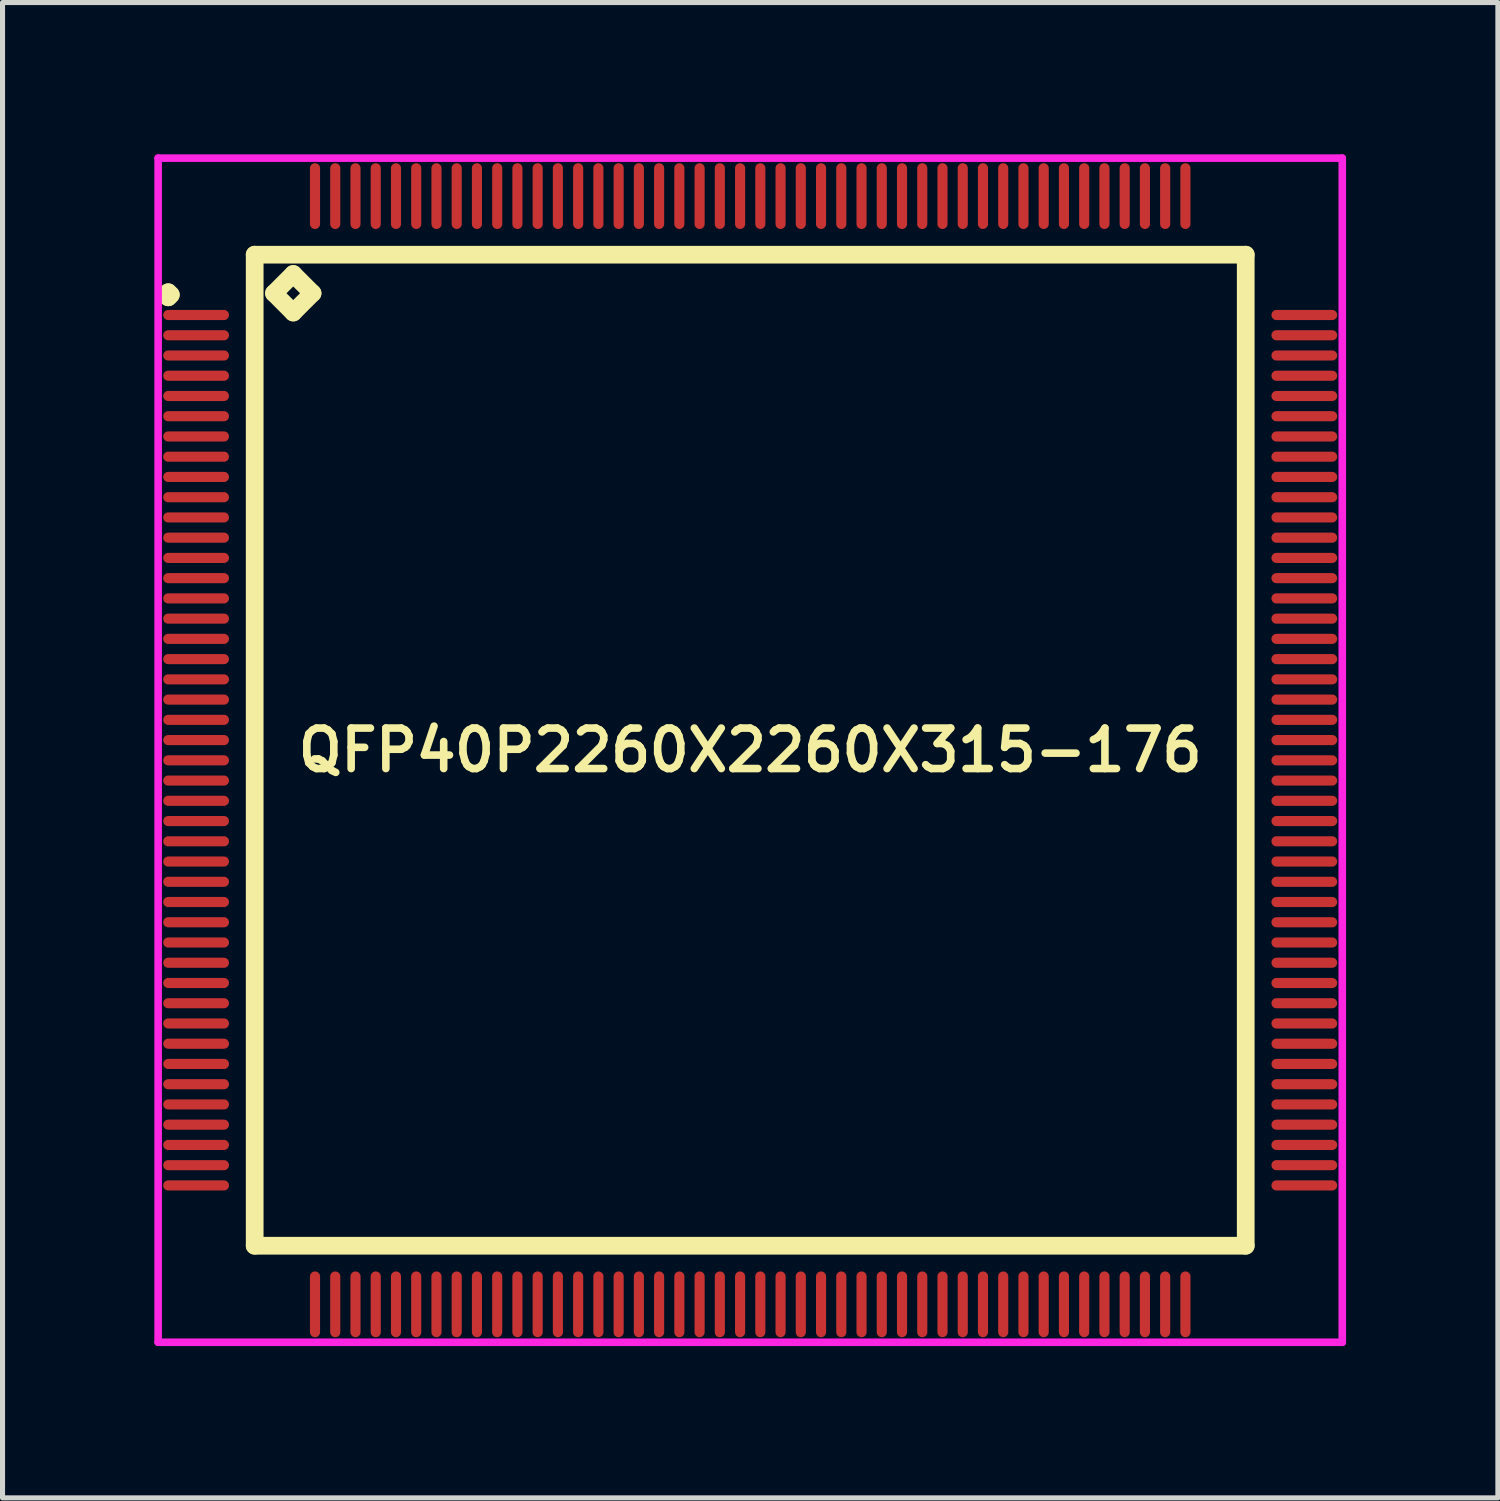
<source format=kicad_pcb>
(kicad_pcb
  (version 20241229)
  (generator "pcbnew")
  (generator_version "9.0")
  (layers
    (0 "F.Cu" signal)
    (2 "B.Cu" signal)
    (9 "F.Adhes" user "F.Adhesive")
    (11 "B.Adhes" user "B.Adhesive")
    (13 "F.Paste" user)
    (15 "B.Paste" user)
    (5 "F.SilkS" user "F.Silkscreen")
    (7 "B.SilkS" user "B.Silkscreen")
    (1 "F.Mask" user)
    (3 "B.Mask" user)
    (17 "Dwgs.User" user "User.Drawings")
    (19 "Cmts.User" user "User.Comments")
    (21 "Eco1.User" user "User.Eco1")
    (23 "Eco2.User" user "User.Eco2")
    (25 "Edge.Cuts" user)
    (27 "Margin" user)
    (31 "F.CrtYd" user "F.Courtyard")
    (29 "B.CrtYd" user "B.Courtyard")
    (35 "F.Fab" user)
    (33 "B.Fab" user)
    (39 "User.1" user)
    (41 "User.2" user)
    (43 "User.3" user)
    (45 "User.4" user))
  (footprint "QFP40P2260X2260X315-176"
    (layer "F.Cu")
    (at 11.775 11.775)
    (property "Reference" "QFP40P2260X2260X315-176" (at 0 0 0) (layer "F.SilkS") (effects (font (size 0.8 0.8) (thickness 0.15))))
    (attr smd)
    (fp_line (start -11.55 -9) (end -11.5 -9.05) (stroke (width 0.35) (type solid)) (layer "F.SilkS"))
    (fp_line (start -11.5 -9.05) (end -11.45 -9) (stroke (width 0.35) (type solid)) (layer "F.SilkS"))
    (fp_line (start -11.5 -8.95) (end -11.55 -9) (stroke (width 0.35) (type solid)) (layer "F.SilkS"))
    (fp_line (start -11.45 -9) (end -11.5 -8.95) (stroke (width 0.35) (type solid)) (layer "F.SilkS"))
    (fp_line (start -9.792 -9.792) (end -9.792 9.792) (stroke (width 0.35) (type solid)) (layer "F.SilkS"))
    (fp_line (start -9.792 9.792) (end 9.792 9.792) (stroke (width 0.35) (type solid)) (layer "F.SilkS"))
    (fp_line (start -9.411 -9.03) (end -9.03 -9.411) (stroke (width 0.35) (type solid)) (layer "F.SilkS"))
    (fp_line (start -9.03 -9.411) (end -8.649 -9.03) (stroke (width 0.35) (type solid)) (layer "F.SilkS"))
    (fp_line (start -9.03 -8.649) (end -9.411 -9.03) (stroke (width 0.35) (type solid)) (layer "F.SilkS"))
    (fp_line (start -8.649 -9.03) (end -9.03 -8.649) (stroke (width 0.35) (type solid)) (layer "F.SilkS"))
    (fp_line (start 9.792 -9.792) (end -9.792 -9.792) (stroke (width 0.35) (type solid)) (layer "F.SilkS"))
    (fp_line (start 9.792 9.792) (end 9.792 -9.792) (stroke (width 0.35) (type solid)) (layer "F.SilkS"))
    (fp_line (start -11.7 -11.7) (end 11.7 -11.7) (stroke (width 0.15) (type solid)) (layer "F.CrtYd"))
    (fp_line (start -11.7 11.7) (end -11.7 -11.7) (stroke (width 0.15) (type solid)) (layer "F.CrtYd"))
    (fp_line (start 11.7 -11.7) (end 11.7 11.7) (stroke (width 0.15) (type solid)) (layer "F.CrtYd"))
    (fp_line (start 11.7 11.7) (end -11.7 11.7) (stroke (width 0.15) (type solid)) (layer "F.CrtYd"))
    (pad "1" smd oval (at -10.95 -8.6) (size 1.3 0.2) (layers "F.Cu" "F.Mask" "F.Paste"))
    (pad "2" smd oval (at -10.95 -8.2) (size 1.3 0.2) (layers "F.Cu" "F.Mask" "F.Paste"))
    (pad "3" smd oval (at -10.95 -7.8) (size 1.3 0.2) (layers "F.Cu" "F.Mask" "F.Paste"))
    (pad "4" smd oval (at -10.95 -7.4) (size 1.3 0.2) (layers "F.Cu" "F.Mask" "F.Paste"))
    (pad "5" smd oval (at -10.95 -7) (size 1.3 0.2) (layers "F.Cu" "F.Mask" "F.Paste"))
    (pad "6" smd oval (at -10.95 -6.6) (size 1.3 0.2) (layers "F.Cu" "F.Mask" "F.Paste"))
    (pad "7" smd oval (at -10.95 -6.2) (size 1.3 0.2) (layers "F.Cu" "F.Mask" "F.Paste"))
    (pad "8" smd oval (at -10.95 -5.8) (size 1.3 0.2) (layers "F.Cu" "F.Mask" "F.Paste"))
    (pad "9" smd oval (at -10.95 -5.4) (size 1.3 0.2) (layers "F.Cu" "F.Mask" "F.Paste"))
    (pad "10" smd oval (at -10.95 -5) (size 1.3 0.2) (layers "F.Cu" "F.Mask" "F.Paste"))
    (pad "11" smd oval (at -10.95 -4.6) (size 1.3 0.2) (layers "F.Cu" "F.Mask" "F.Paste"))
    (pad "12" smd oval (at -10.95 -4.2) (size 1.3 0.2) (layers "F.Cu" "F.Mask" "F.Paste"))
    (pad "13" smd oval (at -10.95 -3.8) (size 1.3 0.2) (layers "F.Cu" "F.Mask" "F.Paste"))
    (pad "14" smd oval (at -10.95 -3.4) (size 1.3 0.2) (layers "F.Cu" "F.Mask" "F.Paste"))
    (pad "15" smd oval (at -10.95 -3) (size 1.3 0.2) (layers "F.Cu" "F.Mask" "F.Paste"))
    (pad "16" smd oval (at -10.95 -2.6) (size 1.3 0.2) (layers "F.Cu" "F.Mask" "F.Paste"))
    (pad "17" smd oval (at -10.95 -2.2) (size 1.3 0.2) (layers "F.Cu" "F.Mask" "F.Paste"))
    (pad "18" smd oval (at -10.95 -1.8) (size 1.3 0.2) (layers "F.Cu" "F.Mask" "F.Paste"))
    (pad "19" smd oval (at -10.95 -1.4) (size 1.3 0.2) (layers "F.Cu" "F.Mask" "F.Paste"))
    (pad "20" smd oval (at -10.95 -1) (size 1.3 0.2) (layers "F.Cu" "F.Mask" "F.Paste"))
    (pad "21" smd oval (at -10.95 -0.6) (size 1.3 0.2) (layers "F.Cu" "F.Mask" "F.Paste"))
    (pad "22" smd oval (at -10.95 -0.2) (size 1.3 0.2) (layers "F.Cu" "F.Mask" "F.Paste"))
    (pad "23" smd oval (at -10.95 0.2) (size 1.3 0.2) (layers "F.Cu" "F.Mask" "F.Paste"))
    (pad "24" smd oval (at -10.95 0.6) (size 1.3 0.2) (layers "F.Cu" "F.Mask" "F.Paste"))
    (pad "25" smd oval (at -10.95 1) (size 1.3 0.2) (layers "F.Cu" "F.Mask" "F.Paste"))
    (pad "26" smd oval (at -10.95 1.4) (size 1.3 0.2) (layers "F.Cu" "F.Mask" "F.Paste"))
    (pad "27" smd oval (at -10.95 1.8) (size 1.3 0.2) (layers "F.Cu" "F.Mask" "F.Paste"))
    (pad "28" smd oval (at -10.95 2.2) (size 1.3 0.2) (layers "F.Cu" "F.Mask" "F.Paste"))
    (pad "29" smd oval (at -10.95 2.6) (size 1.3 0.2) (layers "F.Cu" "F.Mask" "F.Paste"))
    (pad "30" smd oval (at -10.95 3) (size 1.3 0.2) (layers "F.Cu" "F.Mask" "F.Paste"))
    (pad "31" smd oval (at -10.95 3.4) (size 1.3 0.2) (layers "F.Cu" "F.Mask" "F.Paste"))
    (pad "32" smd oval (at -10.95 3.8) (size 1.3 0.2) (layers "F.Cu" "F.Mask" "F.Paste"))
    (pad "33" smd oval (at -10.95 4.2) (size 1.3 0.2) (layers "F.Cu" "F.Mask" "F.Paste"))
    (pad "34" smd oval (at -10.95 4.6) (size 1.3 0.2) (layers "F.Cu" "F.Mask" "F.Paste"))
    (pad "35" smd oval (at -10.95 5) (size 1.3 0.2) (layers "F.Cu" "F.Mask" "F.Paste"))
    (pad "36" smd oval (at -10.95 5.4) (size 1.3 0.2) (layers "F.Cu" "F.Mask" "F.Paste"))
    (pad "37" smd oval (at -10.95 5.8) (size 1.3 0.2) (layers "F.Cu" "F.Mask" "F.Paste"))
    (pad "38" smd oval (at -10.95 6.2) (size 1.3 0.2) (layers "F.Cu" "F.Mask" "F.Paste"))
    (pad "39" smd oval (at -10.95 6.6) (size 1.3 0.2) (layers "F.Cu" "F.Mask" "F.Paste"))
    (pad "40" smd oval (at -10.95 7) (size 1.3 0.2) (layers "F.Cu" "F.Mask" "F.Paste"))
    (pad "41" smd oval (at -10.95 7.4) (size 1.3 0.2) (layers "F.Cu" "F.Mask" "F.Paste"))
    (pad "42" smd oval (at -10.95 7.8) (size 1.3 0.2) (layers "F.Cu" "F.Mask" "F.Paste"))
    (pad "43" smd oval (at -10.95 8.2) (size 1.3 0.2) (layers "F.Cu" "F.Mask" "F.Paste"))
    (pad "44" smd oval (at -10.95 8.6) (size 1.3 0.2) (layers "F.Cu" "F.Mask" "F.Paste"))
    (pad "45" smd oval (at -8.6 10.95) (size 0.2 1.3) (layers "F.Cu" "F.Mask" "F.Paste"))
    (pad "46" smd oval (at -8.2 10.95) (size 0.2 1.3) (layers "F.Cu" "F.Mask" "F.Paste"))
    (pad "47" smd oval (at -7.8 10.95) (size 0.2 1.3) (layers "F.Cu" "F.Mask" "F.Paste"))
    (pad "48" smd oval (at -7.4 10.95) (size 0.2 1.3) (layers "F.Cu" "F.Mask" "F.Paste"))
    (pad "49" smd oval (at -7 10.95) (size 0.2 1.3) (layers "F.Cu" "F.Mask" "F.Paste"))
    (pad "50" smd oval (at -6.6 10.95) (size 0.2 1.3) (layers "F.Cu" "F.Mask" "F.Paste"))
    (pad "51" smd oval (at -6.2 10.95) (size 0.2 1.3) (layers "F.Cu" "F.Mask" "F.Paste"))
    (pad "52" smd oval (at -5.8 10.95) (size 0.2 1.3) (layers "F.Cu" "F.Mask" "F.Paste"))
    (pad "53" smd oval (at -5.4 10.95) (size 0.2 1.3) (layers "F.Cu" "F.Mask" "F.Paste"))
    (pad "54" smd oval (at -5 10.95) (size 0.2 1.3) (layers "F.Cu" "F.Mask" "F.Paste"))
    (pad "55" smd oval (at -4.6 10.95) (size 0.2 1.3) (layers "F.Cu" "F.Mask" "F.Paste"))
    (pad "56" smd oval (at -4.2 10.95) (size 0.2 1.3) (layers "F.Cu" "F.Mask" "F.Paste"))
    (pad "57" smd oval (at -3.8 10.95) (size 0.2 1.3) (layers "F.Cu" "F.Mask" "F.Paste"))
    (pad "58" smd oval (at -3.4 10.95) (size 0.2 1.3) (layers "F.Cu" "F.Mask" "F.Paste"))
    (pad "59" smd oval (at -3 10.95) (size 0.2 1.3) (layers "F.Cu" "F.Mask" "F.Paste"))
    (pad "60" smd oval (at -2.6 10.95) (size 0.2 1.3) (layers "F.Cu" "F.Mask" "F.Paste"))
    (pad "61" smd oval (at -2.2 10.95) (size 0.2 1.3) (layers "F.Cu" "F.Mask" "F.Paste"))
    (pad "62" smd oval (at -1.8 10.95) (size 0.2 1.3) (layers "F.Cu" "F.Mask" "F.Paste"))
    (pad "63" smd oval (at -1.4 10.95) (size 0.2 1.3) (layers "F.Cu" "F.Mask" "F.Paste"))
    (pad "64" smd oval (at -1 10.95) (size 0.2 1.3) (layers "F.Cu" "F.Mask" "F.Paste"))
    (pad "65" smd oval (at -0.6 10.95) (size 0.2 1.3) (layers "F.Cu" "F.Mask" "F.Paste"))
    (pad "66" smd oval (at -0.2 10.95) (size 0.2 1.3) (layers "F.Cu" "F.Mask" "F.Paste"))
    (pad "67" smd oval (at 0.2 10.95) (size 0.2 1.3) (layers "F.Cu" "F.Mask" "F.Paste"))
    (pad "68" smd oval (at 0.6 10.95) (size 0.2 1.3) (layers "F.Cu" "F.Mask" "F.Paste"))
    (pad "69" smd oval (at 1 10.95) (size 0.2 1.3) (layers "F.Cu" "F.Mask" "F.Paste"))
    (pad "70" smd oval (at 1.4 10.95) (size 0.2 1.3) (layers "F.Cu" "F.Mask" "F.Paste"))
    (pad "71" smd oval (at 1.8 10.95) (size 0.2 1.3) (layers "F.Cu" "F.Mask" "F.Paste"))
    (pad "72" smd oval (at 2.2 10.95) (size 0.2 1.3) (layers "F.Cu" "F.Mask" "F.Paste"))
    (pad "73" smd oval (at 2.6 10.95) (size 0.2 1.3) (layers "F.Cu" "F.Mask" "F.Paste"))
    (pad "74" smd oval (at 3 10.95) (size 0.2 1.3) (layers "F.Cu" "F.Mask" "F.Paste"))
    (pad "75" smd oval (at 3.4 10.95) (size 0.2 1.3) (layers "F.Cu" "F.Mask" "F.Paste"))
    (pad "76" smd oval (at 3.8 10.95) (size 0.2 1.3) (layers "F.Cu" "F.Mask" "F.Paste"))
    (pad "77" smd oval (at 4.2 10.95) (size 0.2 1.3) (layers "F.Cu" "F.Mask" "F.Paste"))
    (pad "78" smd oval (at 4.6 10.95) (size 0.2 1.3) (layers "F.Cu" "F.Mask" "F.Paste"))
    (pad "79" smd oval (at 5 10.95) (size 0.2 1.3) (layers "F.Cu" "F.Mask" "F.Paste"))
    (pad "80" smd oval (at 5.4 10.95) (size 0.2 1.3) (layers "F.Cu" "F.Mask" "F.Paste"))
    (pad "81" smd oval (at 5.8 10.95) (size 0.2 1.3) (layers "F.Cu" "F.Mask" "F.Paste"))
    (pad "82" smd oval (at 6.2 10.95) (size 0.2 1.3) (layers "F.Cu" "F.Mask" "F.Paste"))
    (pad "83" smd oval (at 6.6 10.95) (size 0.2 1.3) (layers "F.Cu" "F.Mask" "F.Paste"))
    (pad "84" smd oval (at 7 10.95) (size 0.2 1.3) (layers "F.Cu" "F.Mask" "F.Paste"))
    (pad "85" smd oval (at 7.4 10.95) (size 0.2 1.3) (layers "F.Cu" "F.Mask" "F.Paste"))
    (pad "86" smd oval (at 7.8 10.95) (size 0.2 1.3) (layers "F.Cu" "F.Mask" "F.Paste"))
    (pad "87" smd oval (at 8.2 10.95) (size 0.2 1.3) (layers "F.Cu" "F.Mask" "F.Paste"))
    (pad "88" smd oval (at 8.6 10.95) (size 0.2 1.3) (layers "F.Cu" "F.Mask" "F.Paste"))
    (pad "89" smd oval (at 10.95 8.6) (size 1.3 0.2) (layers "F.Cu" "F.Mask" "F.Paste"))
    (pad "90" smd oval (at 10.95 8.2) (size 1.3 0.2) (layers "F.Cu" "F.Mask" "F.Paste"))
    (pad "91" smd oval (at 10.95 7.8) (size 1.3 0.2) (layers "F.Cu" "F.Mask" "F.Paste"))
    (pad "92" smd oval (at 10.95 7.4) (size 1.3 0.2) (layers "F.Cu" "F.Mask" "F.Paste"))
    (pad "93" smd oval (at 10.95 7) (size 1.3 0.2) (layers "F.Cu" "F.Mask" "F.Paste"))
    (pad "94" smd oval (at 10.95 6.6) (size 1.3 0.2) (layers "F.Cu" "F.Mask" "F.Paste"))
    (pad "95" smd oval (at 10.95 6.2) (size 1.3 0.2) (layers "F.Cu" "F.Mask" "F.Paste"))
    (pad "96" smd oval (at 10.95 5.8) (size 1.3 0.2) (layers "F.Cu" "F.Mask" "F.Paste"))
    (pad "97" smd oval (at 10.95 5.4) (size 1.3 0.2) (layers "F.Cu" "F.Mask" "F.Paste"))
    (pad "98" smd oval (at 10.95 5) (size 1.3 0.2) (layers "F.Cu" "F.Mask" "F.Paste"))
    (pad "99" smd oval (at 10.95 4.6) (size 1.3 0.2) (layers "F.Cu" "F.Mask" "F.Paste"))
    (pad "100" smd oval (at 10.95 4.2) (size 1.3 0.2) (layers "F.Cu" "F.Mask" "F.Paste"))
    (pad "101" smd oval (at 10.95 3.8) (size 1.3 0.2) (layers "F.Cu" "F.Mask" "F.Paste"))
    (pad "102" smd oval (at 10.95 3.4) (size 1.3 0.2) (layers "F.Cu" "F.Mask" "F.Paste"))
    (pad "103" smd oval (at 10.95 3) (size 1.3 0.2) (layers "F.Cu" "F.Mask" "F.Paste"))
    (pad "104" smd oval (at 10.95 2.6) (size 1.3 0.2) (layers "F.Cu" "F.Mask" "F.Paste"))
    (pad "105" smd oval (at 10.95 2.2) (size 1.3 0.2) (layers "F.Cu" "F.Mask" "F.Paste"))
    (pad "106" smd oval (at 10.95 1.8) (size 1.3 0.2) (layers "F.Cu" "F.Mask" "F.Paste"))
    (pad "107" smd oval (at 10.95 1.4) (size 1.3 0.2) (layers "F.Cu" "F.Mask" "F.Paste"))
    (pad "108" smd oval (at 10.95 1) (size 1.3 0.2) (layers "F.Cu" "F.Mask" "F.Paste"))
    (pad "109" smd oval (at 10.95 0.6) (size 1.3 0.2) (layers "F.Cu" "F.Mask" "F.Paste"))
    (pad "110" smd oval (at 10.95 0.2) (size 1.3 0.2) (layers "F.Cu" "F.Mask" "F.Paste"))
    (pad "111" smd oval (at 10.95 -0.2) (size 1.3 0.2) (layers "F.Cu" "F.Mask" "F.Paste"))
    (pad "112" smd oval (at 10.95 -0.6) (size 1.3 0.2) (layers "F.Cu" "F.Mask" "F.Paste"))
    (pad "113" smd oval (at 10.95 -1) (size 1.3 0.2) (layers "F.Cu" "F.Mask" "F.Paste"))
    (pad "114" smd oval (at 10.95 -1.4) (size 1.3 0.2) (layers "F.Cu" "F.Mask" "F.Paste"))
    (pad "115" smd oval (at 10.95 -1.8) (size 1.3 0.2) (layers "F.Cu" "F.Mask" "F.Paste"))
    (pad "116" smd oval (at 10.95 -2.2) (size 1.3 0.2) (layers "F.Cu" "F.Mask" "F.Paste"))
    (pad "117" smd oval (at 10.95 -2.6) (size 1.3 0.2) (layers "F.Cu" "F.Mask" "F.Paste"))
    (pad "118" smd oval (at 10.95 -3) (size 1.3 0.2) (layers "F.Cu" "F.Mask" "F.Paste"))
    (pad "119" smd oval (at 10.95 -3.4) (size 1.3 0.2) (layers "F.Cu" "F.Mask" "F.Paste"))
    (pad "120" smd oval (at 10.95 -3.8) (size 1.3 0.2) (layers "F.Cu" "F.Mask" "F.Paste"))
    (pad "121" smd oval (at 10.95 -4.2) (size 1.3 0.2) (layers "F.Cu" "F.Mask" "F.Paste"))
    (pad "122" smd oval (at 10.95 -4.6) (size 1.3 0.2) (layers "F.Cu" "F.Mask" "F.Paste"))
    (pad "123" smd oval (at 10.95 -5) (size 1.3 0.2) (layers "F.Cu" "F.Mask" "F.Paste"))
    (pad "124" smd oval (at 10.95 -5.4) (size 1.3 0.2) (layers "F.Cu" "F.Mask" "F.Paste"))
    (pad "125" smd oval (at 10.95 -5.8) (size 1.3 0.2) (layers "F.Cu" "F.Mask" "F.Paste"))
    (pad "126" smd oval (at 10.95 -6.2) (size 1.3 0.2) (layers "F.Cu" "F.Mask" "F.Paste"))
    (pad "127" smd oval (at 10.95 -6.6) (size 1.3 0.2) (layers "F.Cu" "F.Mask" "F.Paste"))
    (pad "128" smd oval (at 10.95 -7) (size 1.3 0.2) (layers "F.Cu" "F.Mask" "F.Paste"))
    (pad "129" smd oval (at 10.95 -7.4) (size 1.3 0.2) (layers "F.Cu" "F.Mask" "F.Paste"))
    (pad "130" smd oval (at 10.95 -7.8) (size 1.3 0.2) (layers "F.Cu" "F.Mask" "F.Paste"))
    (pad "131" smd oval (at 10.95 -8.2) (size 1.3 0.2) (layers "F.Cu" "F.Mask" "F.Paste"))
    (pad "132" smd oval (at 10.95 -8.6) (size 1.3 0.2) (layers "F.Cu" "F.Mask" "F.Paste"))
    (pad "133" smd oval (at 8.6 -10.95) (size 0.2 1.3) (layers "F.Cu" "F.Mask" "F.Paste"))
    (pad "134" smd oval (at 8.2 -10.95) (size 0.2 1.3) (layers "F.Cu" "F.Mask" "F.Paste"))
    (pad "135" smd oval (at 7.8 -10.95) (size 0.2 1.3) (layers "F.Cu" "F.Mask" "F.Paste"))
    (pad "136" smd oval (at 7.4 -10.95) (size 0.2 1.3) (layers "F.Cu" "F.Mask" "F.Paste"))
    (pad "137" smd oval (at 7 -10.95) (size 0.2 1.3) (layers "F.Cu" "F.Mask" "F.Paste"))
    (pad "138" smd oval (at 6.6 -10.95) (size 0.2 1.3) (layers "F.Cu" "F.Mask" "F.Paste"))
    (pad "139" smd oval (at 6.2 -10.95) (size 0.2 1.3) (layers "F.Cu" "F.Mask" "F.Paste"))
    (pad "140" smd oval (at 5.8 -10.95) (size 0.2 1.3) (layers "F.Cu" "F.Mask" "F.Paste"))
    (pad "141" smd oval (at 5.4 -10.95) (size 0.2 1.3) (layers "F.Cu" "F.Mask" "F.Paste"))
    (pad "142" smd oval (at 5 -10.95) (size 0.2 1.3) (layers "F.Cu" "F.Mask" "F.Paste"))
    (pad "143" smd oval (at 4.6 -10.95) (size 0.2 1.3) (layers "F.Cu" "F.Mask" "F.Paste"))
    (pad "144" smd oval (at 4.2 -10.95) (size 0.2 1.3) (layers "F.Cu" "F.Mask" "F.Paste"))
    (pad "145" smd oval (at 3.8 -10.95) (size 0.2 1.3) (layers "F.Cu" "F.Mask" "F.Paste"))
    (pad "146" smd oval (at 3.4 -10.95) (size 0.2 1.3) (layers "F.Cu" "F.Mask" "F.Paste"))
    (pad "147" smd oval (at 3 -10.95) (size 0.2 1.3) (layers "F.Cu" "F.Mask" "F.Paste"))
    (pad "148" smd oval (at 2.6 -10.95) (size 0.2 1.3) (layers "F.Cu" "F.Mask" "F.Paste"))
    (pad "149" smd oval (at 2.2 -10.95) (size 0.2 1.3) (layers "F.Cu" "F.Mask" "F.Paste"))
    (pad "150" smd oval (at 1.8 -10.95) (size 0.2 1.3) (layers "F.Cu" "F.Mask" "F.Paste"))
    (pad "151" smd oval (at 1.4 -10.95) (size 0.2 1.3) (layers "F.Cu" "F.Mask" "F.Paste"))
    (pad "152" smd oval (at 1 -10.95) (size 0.2 1.3) (layers "F.Cu" "F.Mask" "F.Paste"))
    (pad "153" smd oval (at 0.6 -10.95) (size 0.2 1.3) (layers "F.Cu" "F.Mask" "F.Paste"))
    (pad "154" smd oval (at 0.2 -10.95) (size 0.2 1.3) (layers "F.Cu" "F.Mask" "F.Paste"))
    (pad "155" smd oval (at -0.2 -10.95) (size 0.2 1.3) (layers "F.Cu" "F.Mask" "F.Paste"))
    (pad "156" smd oval (at -0.6 -10.95) (size 0.2 1.3) (layers "F.Cu" "F.Mask" "F.Paste"))
    (pad "157" smd oval (at -1 -10.95) (size 0.2 1.3) (layers "F.Cu" "F.Mask" "F.Paste"))
    (pad "158" smd oval (at -1.4 -10.95) (size 0.2 1.3) (layers "F.Cu" "F.Mask" "F.Paste"))
    (pad "159" smd oval (at -1.8 -10.95) (size 0.2 1.3) (layers "F.Cu" "F.Mask" "F.Paste"))
    (pad "160" smd oval (at -2.2 -10.95) (size 0.2 1.3) (layers "F.Cu" "F.Mask" "F.Paste"))
    (pad "161" smd oval (at -2.6 -10.95) (size 0.2 1.3) (layers "F.Cu" "F.Mask" "F.Paste"))
    (pad "162" smd oval (at -3 -10.95) (size 0.2 1.3) (layers "F.Cu" "F.Mask" "F.Paste"))
    (pad "163" smd oval (at -3.4 -10.95) (size 0.2 1.3) (layers "F.Cu" "F.Mask" "F.Paste"))
    (pad "164" smd oval (at -3.8 -10.95) (size 0.2 1.3) (layers "F.Cu" "F.Mask" "F.Paste"))
    (pad "165" smd oval (at -4.2 -10.95) (size 0.2 1.3) (layers "F.Cu" "F.Mask" "F.Paste"))
    (pad "166" smd oval (at -4.6 -10.95) (size 0.2 1.3) (layers "F.Cu" "F.Mask" "F.Paste"))
    (pad "167" smd oval (at -5 -10.95) (size 0.2 1.3) (layers "F.Cu" "F.Mask" "F.Paste"))
    (pad "168" smd oval (at -5.4 -10.95) (size 0.2 1.3) (layers "F.Cu" "F.Mask" "F.Paste"))
    (pad "169" smd oval (at -5.8 -10.95) (size 0.2 1.3) (layers "F.Cu" "F.Mask" "F.Paste"))
    (pad "170" smd oval (at -6.2 -10.95) (size 0.2 1.3) (layers "F.Cu" "F.Mask" "F.Paste"))
    (pad "171" smd oval (at -6.6 -10.95) (size 0.2 1.3) (layers "F.Cu" "F.Mask" "F.Paste"))
    (pad "172" smd oval (at -7 -10.95) (size 0.2 1.3) (layers "F.Cu" "F.Mask" "F.Paste"))
    (pad "173" smd oval (at -7.4 -10.95) (size 0.2 1.3) (layers "F.Cu" "F.Mask" "F.Paste"))
    (pad "174" smd oval (at -7.8 -10.95) (size 0.2 1.3) (layers "F.Cu" "F.Mask" "F.Paste"))
    (pad "175" smd oval (at -8.2 -10.95) (size 0.2 1.3) (layers "F.Cu" "F.Mask" "F.Paste"))
    (pad "176" smd oval (at -8.6 -10.95) (size 0.2 1.3) (layers "F.Cu" "F.Mask" "F.Paste")))
  (gr_rect
    (start -3 -3)
    (end 26.55 26.55)
    (stroke (width 0.1) (type default))
    (fill no)
    (layer "Edge.Cuts")))
</source>
